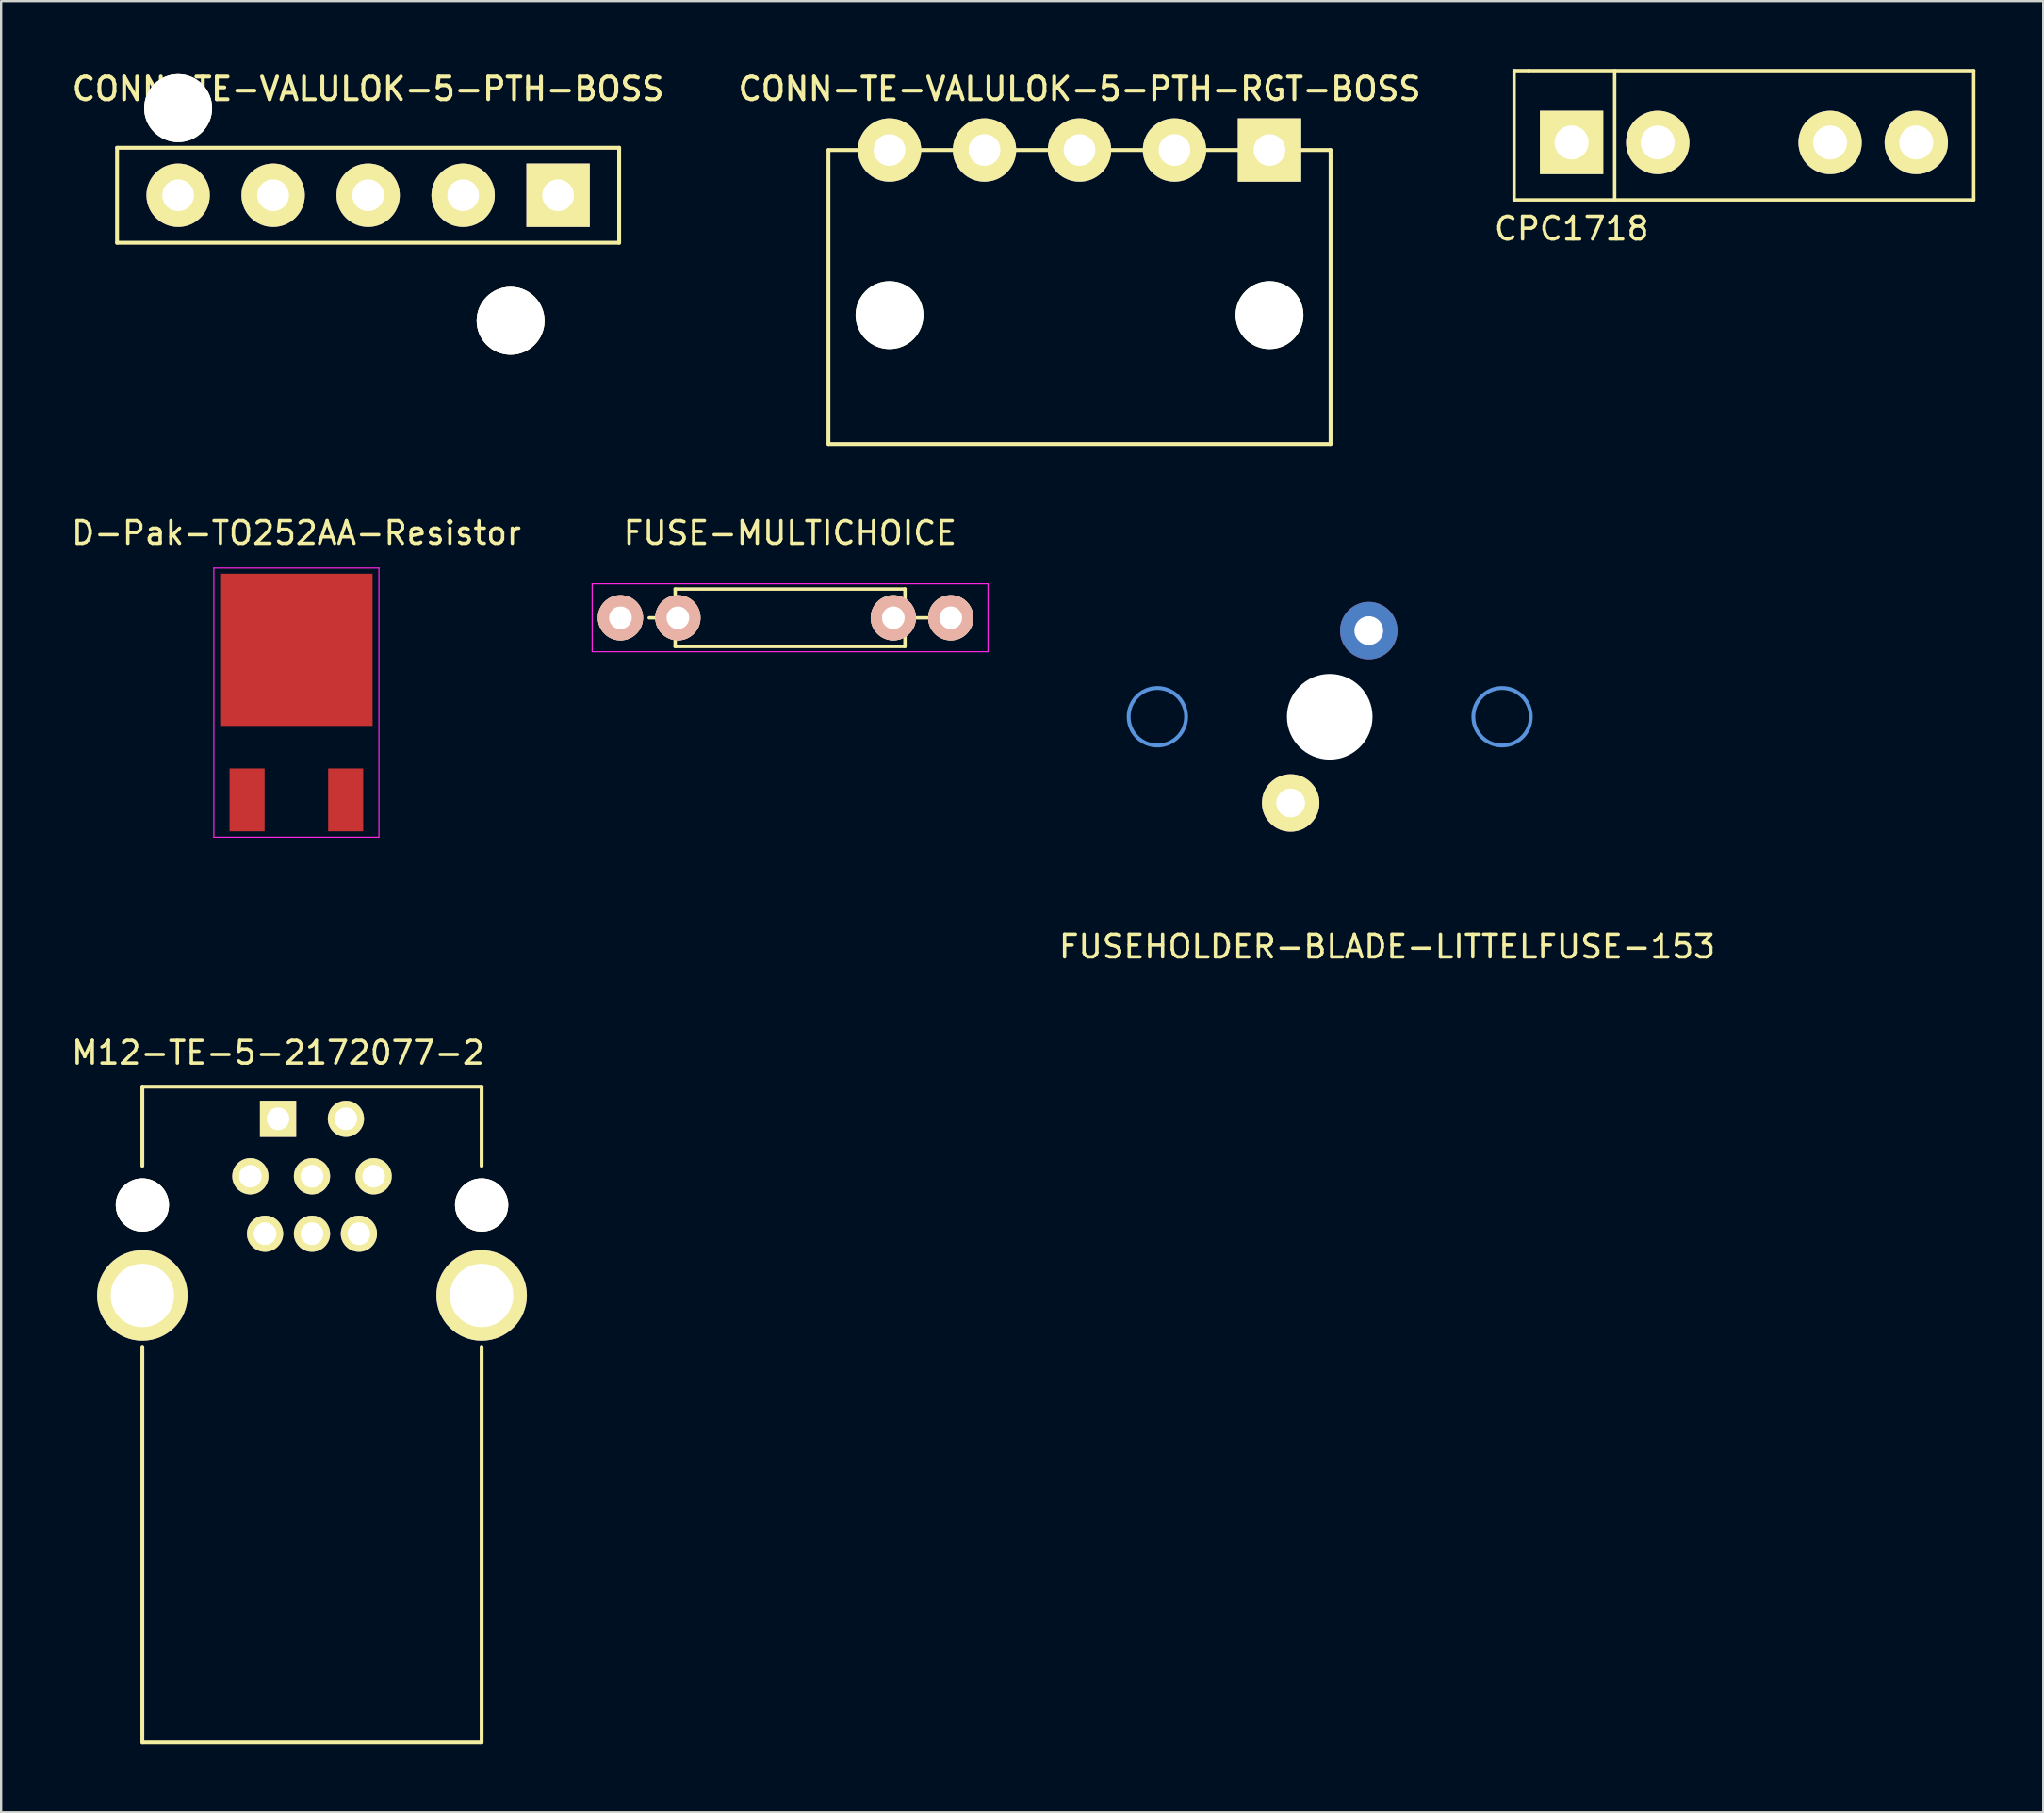
<source format=kicad_pcb>
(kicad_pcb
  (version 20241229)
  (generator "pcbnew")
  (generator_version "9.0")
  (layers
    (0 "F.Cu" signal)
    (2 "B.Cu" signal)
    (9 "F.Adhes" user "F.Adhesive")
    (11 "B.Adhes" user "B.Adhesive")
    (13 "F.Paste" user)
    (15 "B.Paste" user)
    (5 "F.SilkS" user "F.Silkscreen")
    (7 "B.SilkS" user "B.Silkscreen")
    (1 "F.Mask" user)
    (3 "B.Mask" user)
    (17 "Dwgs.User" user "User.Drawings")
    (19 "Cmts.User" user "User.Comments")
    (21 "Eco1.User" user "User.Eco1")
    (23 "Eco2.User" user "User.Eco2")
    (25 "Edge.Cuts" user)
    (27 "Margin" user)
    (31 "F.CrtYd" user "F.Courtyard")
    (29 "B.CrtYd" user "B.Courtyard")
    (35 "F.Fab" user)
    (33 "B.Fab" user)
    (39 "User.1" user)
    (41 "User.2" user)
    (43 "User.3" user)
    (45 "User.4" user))
  (footprint "M12-TE-5-2172077-2"
    (layer "F.Cu")
    (at 10.744 51.5)
    (property "Reference" "M12-TE-5-2172077-2" (at -1.5 -8 0) (layer "F.SilkS") (effects (font (size 1 1) (thickness 0.15))))
    (attr through_hole)
    (fp_line (start -7.5 -6.5) (end 7.5 -6.5) (stroke (width 0.17) (type solid)) (layer "F.SilkS"))
    (fp_line (start -7.5 -3) (end -7.5 -6.5) (stroke (width 0.17) (type solid)) (layer "F.SilkS"))
    (fp_line (start -7.5 5) (end -7.5 22.5) (stroke (width 0.17) (type solid)) (layer "F.SilkS"))
    (fp_line (start -7.5 22.5) (end 7.5 22.5) (stroke (width 0.17) (type solid)) (layer "F.SilkS"))
    (fp_line (start 7.5 -6.5) (end 7.5 -3) (stroke (width 0.17) (type solid)) (layer "F.SilkS"))
    (fp_line (start 7.5 22.5) (end 7.5 5) (stroke (width 0.17) (type solid)) (layer "F.SilkS"))
    (pad "1" thru_hole rect (at -1.5 -5.08) (size 1.6 1.6) (drill 1) (layers "*.Cu" "*.Mask" "F.SilkS"))
    (pad "2" thru_hole circle (at 1.5 -5.08) (size 1.6 1.6) (drill 1) (layers "*.Cu" "*.Mask" "F.SilkS"))
    (pad "3" thru_hole circle (at 2.725 -2.54) (size 1.6 1.6) (drill 1) (layers "*.Cu" "*.Mask" "F.SilkS"))
    (pad "4" thru_hole circle (at 2.075 0) (size 1.6 1.6) (drill 1) (layers "*.Cu" "*.Mask" "F.SilkS"))
    (pad "5" thru_hole circle (at 0 0) (size 1.6 1.6) (drill 1) (layers "*.Cu" "*.Mask" "F.SilkS"))
    (pad "6" thru_hole circle (at -2.075 0) (size 1.6 1.6) (drill 1) (layers "*.Cu" "*.Mask" "F.SilkS"))
    (pad "7" thru_hole circle (at -2.725 -2.54) (size 1.6 1.6) (drill 1) (layers "*.Cu" "*.Mask" "F.SilkS"))
    (pad "8" thru_hole circle (at 0 -2.54) (size 1.6 1.6) (drill 1) (layers "*.Cu" "*.Mask" "F.SilkS"))
    (pad "M1" thru_hole circle (at -7.5 2.73) (size 4 4) (drill 2.8) (layers "*.Cu" "*.Mask" "F.SilkS"))
    (pad "M2" thru_hole circle (at 7.5 2.73) (size 4 4) (drill 2.8) (layers "*.Cu" "*.Mask" "F.SilkS"))
    (pad "M3" thru_hole circle (at -7.5 -1.27) (size 2.35 2.35) (drill 2.35) (layers "*.Cu" "*.Mask" "F.SilkS"))
    (pad "M4" thru_hole circle (at 7.5 -1.27) (size 2.35 2.35) (drill 2.35) (layers "*.Cu" "*.Mask" "F.SilkS")))
  (footprint "CONN-TE-VALULOK-5-PTH-BOSS"
    (layer "F.Cu")
    (at 13.226 5.583)
    (property "Reference" "CONN-TE-VALULOK-5-PTH-BOSS" (at 0 -4.7 0) (layer "F.SilkS") (effects (font (size 1 1) (thickness 0.17))))
    (attr through_hole)
    (fp_line (start -11.1 -2.1) (end 11.1 -2.1) (stroke (width 0.17) (type solid)) (layer "F.SilkS"))
    (fp_line (start -11.1 2.1) (end -11.1 -2.1) (stroke (width 0.17) (type solid)) (layer "F.SilkS"))
    (fp_line (start -11.1 2.1) (end 11.1 2.1) (stroke (width 0.17) (type solid)) (layer "F.SilkS"))
    (fp_line (start 11.1 2.1) (end 11.1 -2.1) (stroke (width 0.17) (type solid)) (layer "F.SilkS"))
    (pad "1" thru_hole rect (at 8.4 0) (size 2.8 2.8) (drill 1.4) (layers "*.Cu" "*.Mask" "F.SilkS"))
    (pad "2" thru_hole circle (at 4.2 0) (size 2.8 2.8) (drill 1.4) (layers "*.Cu" "*.Mask" "F.SilkS"))
    (pad "3" thru_hole circle (at 0 0) (size 2.8 2.8) (drill 1.4) (layers "*.Cu" "*.Mask" "F.SilkS"))
    (pad "4" thru_hole circle (at -4.2 0) (size 2.8 2.8) (drill 1.4) (layers "*.Cu" "*.Mask" "F.SilkS"))
    (pad "5" thru_hole circle (at -8.4 0) (size 2.8 2.8) (drill 1.4) (layers "*.Cu" "*.Mask" "F.SilkS"))
    (pad "M1" thru_hole circle (at 6.3 5.55) (size 3 3) (drill 3) (layers "*.Cu" "*.Mask" "F.SilkS"))
    (pad "M2" thru_hole circle (at -8.4 -3.85) (size 3 3) (drill 3) (layers "*.Cu" "*.Mask" "F.SilkS")))
  (footprint "CONN-TE-VALULOK-5-PTH-RGT-BOSS"
    (layer "F.Cu")
    (at 44.679 3.583)
    (property "Reference" "CONN-TE-VALULOK-5-PTH-RGT-BOSS" (at 0 -2.7 0) (layer "F.SilkS") (effects (font (size 1 1) (thickness 0.17))))
    (attr through_hole)
    (fp_line (start -11.1 0) (end 11.1 0) (stroke (width 0.17) (type solid)) (layer "F.SilkS"))
    (fp_line (start -11.1 13) (end -11.1 0) (stroke (width 0.17) (type solid)) (layer "F.SilkS"))
    (fp_line (start -11.1 13) (end 11.1 13) (stroke (width 0.17) (type solid)) (layer "F.SilkS"))
    (fp_line (start 11.1 13) (end 11.1 0) (stroke (width 0.17) (type solid)) (layer "F.SilkS"))
    (pad "" np_thru_hole circle (at -8.4 7.3) (size 3 3) (drill 3) (layers "*.Cu" "*.Mask" "F.SilkS"))
    (pad "" np_thru_hole circle (at 8.4 7.3) (size 3 3) (drill 3) (layers "*.Cu" "*.Mask" "F.SilkS"))
    (pad "1" thru_hole rect (at 8.4 0) (size 2.8 2.8) (drill 1.4) (layers "*.Cu" "*.Mask" "F.SilkS"))
    (pad "2" thru_hole circle (at 4.2 0) (size 2.8 2.8) (drill 1.4) (layers "*.Cu" "*.Mask" "F.SilkS"))
    (pad "3" thru_hole circle (at 0 0) (size 2.8 2.8) (drill 1.4) (layers "*.Cu" "*.Mask" "F.SilkS"))
    (pad "4" thru_hole circle (at -4.2 0) (size 2.8 2.8) (drill 1.4) (layers "*.Cu" "*.Mask" "F.SilkS"))
    (pad "5" thru_hole circle (at -8.4 0) (size 2.8 2.8) (drill 1.4) (layers "*.Cu" "*.Mask" "F.SilkS")))
  (footprint "FUSE-MULTICHOICE"
    (layer "F.Cu")
    (at 24.382 24.266)
    (property "Reference" "FUSE-MULTICHOICE" (at 7.5 -3.749 0) (layer "F.SilkS") (effects (font (size 1 1) (thickness 0.15))))
    (attr through_hole)
    (fp_line (start 1.27 0) (end 2.42 0) (stroke (width 0.15) (type solid)) (layer "F.SilkS"))
    (fp_line (start 2.42 -1.27) (end 2.42 1.27) (stroke (width 0.15) (type solid)) (layer "F.SilkS"))
    (fp_line (start 2.42 1.27) (end 12.58 1.27) (stroke (width 0.15) (type solid)) (layer "F.SilkS"))
    (fp_line (start 12.58 -1.27) (end 2.42 -1.27) (stroke (width 0.15) (type solid)) (layer "F.SilkS"))
    (fp_line (start 12.58 1.27) (end 12.58 -1.27) (stroke (width 0.15) (type solid)) (layer "F.SilkS"))
    (fp_line (start 13.73 0) (end 12.58 0) (stroke (width 0.15) (type solid)) (layer "F.SilkS"))
    (fp_line (start -1.25 -1.5) (end 16.25 -1.5) (stroke (width 0.05) (type solid)) (layer "F.CrtYd"))
    (fp_line (start -1.25 1.5) (end -1.25 -1.5) (stroke (width 0.05) (type solid)) (layer "F.CrtYd"))
    (fp_line (start 16.25 -1.5) (end 16.25 1.5) (stroke (width 0.05) (type solid)) (layer "F.CrtYd"))
    (fp_line (start 16.25 1.5) (end -1.25 1.5) (stroke (width 0.05) (type solid)) (layer "F.CrtYd"))
    (pad "1" thru_hole circle (at 0 0) (size 1.999 1.999) (drill 1.001) (layers "*.Cu" "*.SilkS" "*.Mask"))
    (pad "1" thru_hole circle (at 2.54 0) (size 1.999 1.999) (drill 1.001) (layers "*.Cu" "*.SilkS" "*.Mask"))
    (pad "2" thru_hole circle (at 12.065 0) (size 1.999 1.999) (drill 1.001) (layers "*.Cu" "*.SilkS" "*.Mask"))
    (pad "2" thru_hole circle (at 14.605 0) (size 1.999 1.999) (drill 1.001) (layers "*.Cu" "*.SilkS" "*.Mask")))
  (footprint "CPC1718"
    (layer "F.Cu")
    (at 74.055 3.25)
    (property "Reference" "CPC1718" (at -7.62 3.81 0) (layer "F.SilkS") (effects (font (size 1 1) (thickness 0.15))))
    (attr through_hole)
    (fp_line (start -10.16 -3.175) (end -9.525 -3.175) (stroke (width 0.15) (type solid)) (layer "F.SilkS"))
    (fp_line (start -10.16 2.54) (end -10.16 -3.175) (stroke (width 0.15) (type solid)) (layer "F.SilkS"))
    (fp_line (start -9.525 -3.175) (end 10.16 -3.175) (stroke (width 0.15) (type solid)) (layer "F.SilkS"))
    (fp_line (start -5.715 -3.175) (end -5.715 2.54) (stroke (width 0.15) (type solid)) (layer "F.SilkS"))
    (fp_line (start 10.16 -3.175) (end 10.16 2.54) (stroke (width 0.15) (type solid)) (layer "F.SilkS"))
    (fp_line (start 10.16 2.54) (end -10.16 2.54) (stroke (width 0.15) (type solid)) (layer "F.SilkS"))
    (pad "1" thru_hole rect (at -7.62 0) (size 2.8 2.8) (drill 1.5) (layers "*.Cu" "*.Mask" "F.SilkS"))
    (pad "2" thru_hole circle (at -3.81 0) (size 2.8 2.8) (drill 1.5) (layers "*.Cu" "*.Mask" "F.SilkS"))
    (pad "3" thru_hole circle (at 3.81 0) (size 2.8 2.8) (drill 1.5) (layers "*.Cu" "*.Mask" "F.SilkS"))
    (pad "4" thru_hole circle (at 7.62 0) (size 2.8 2.8) (drill 1.5) (layers "*.Cu" "*.Mask" "F.SilkS")))
  (footprint "FUSEHOLDER-BLADE-LITTELFUSE-153"
    (layer "F.Cu")
    (at 55.742 28.643)
    (property "Reference" "FUSEHOLDER-BLADE-LITTELFUSE-153" (at 2.54 10.16 0) (layer "F.SilkS") (effects (font (size 1 1) (thickness 0.15))))
    (attr through_hole)
    (fp_line (start -3.81 -8.89) (end 3.81 -8.89) (stroke (width 0.17) (type solid)) (layer "B.Paste"))
    (fp_line (start -3.81 8.89) (end -3.81 -8.89) (stroke (width 0.17) (type solid)) (layer "B.Paste"))
    (fp_line (start 3.81 -8.89) (end 3.81 8.89) (stroke (width 0.17) (type solid)) (layer "B.Paste"))
    (fp_line (start 3.81 8.89) (end -3.81 8.89) (stroke (width 0.17) (type solid)) (layer "B.Paste"))
    (fp_circle (center -7.62 0) (end -6.35 0) (stroke (width 0.17) (type solid)) (fill no) (layer "Cmts.User"))
    (fp_circle (center 7.62 0) (end 8.89 0) (stroke (width 0.17) (type solid)) (fill no) (layer "Cmts.User"))
    (pad "" np_thru_hole circle (at 0 0) (size 3.785 3.785) (drill 3.785) (layers "*.Cu" "*.Mask"))
    (pad "1" thru_hole circle (at 1.727 -3.81) (size 2.54 2.54) (drill 1.27) (layers "*.Cu" "*.Mask"))
    (pad "2" thru_hole circle (at -1.727 3.81) (size 2.54 2.54) (drill 1.27) (layers "*.Cu" "*.Mask" "F.SilkS")))
  (footprint "D-Pak-TO252AA-Resistor"
    (layer "F.Cu")
    (at 10.054 28.017)
    (property "Reference" "D-Pak-TO252AA-Resistor" (at 0 -7.5 0) (layer "F.SilkS") (effects (font (size 1 1) (thickness 0.15))))
    (attr smd)
    (fp_line (start -3.65 -5.95) (end 3.65 -5.95) (stroke (width 0.05) (type solid)) (layer "F.CrtYd"))
    (fp_line (start -3.65 5.95) (end -3.65 -5.95) (stroke (width 0.05) (type solid)) (layer "F.CrtYd"))
    (fp_line (start 3.65 -5.95) (end 3.65 5.95) (stroke (width 0.05) (type solid)) (layer "F.CrtYd"))
    (fp_line (start 3.65 5.95) (end -3.65 5.95) (stroke (width 0.05) (type solid)) (layer "F.CrtYd"))
    (pad "1" smd rect (at -2.18 4.3) (size 1.55 2.78) (layers "F.Cu" "F.Mask" "F.Paste"))
    (pad "2" smd rect (at 2.18 4.3) (size 1.55 2.78) (layers "F.Cu" "F.Mask" "F.Paste"))
    (pad "3" smd rect (at 0 -2.335) (size 6.74 6.73) (layers "F.Cu" "F.Mask" "F.Paste")))
  (gr_rect
    (start -3 -3)
    (end 87.29 77.085)
    (stroke (width 0.1) (type default))
    (fill no)
    (layer "Edge.Cuts")))
</source>
